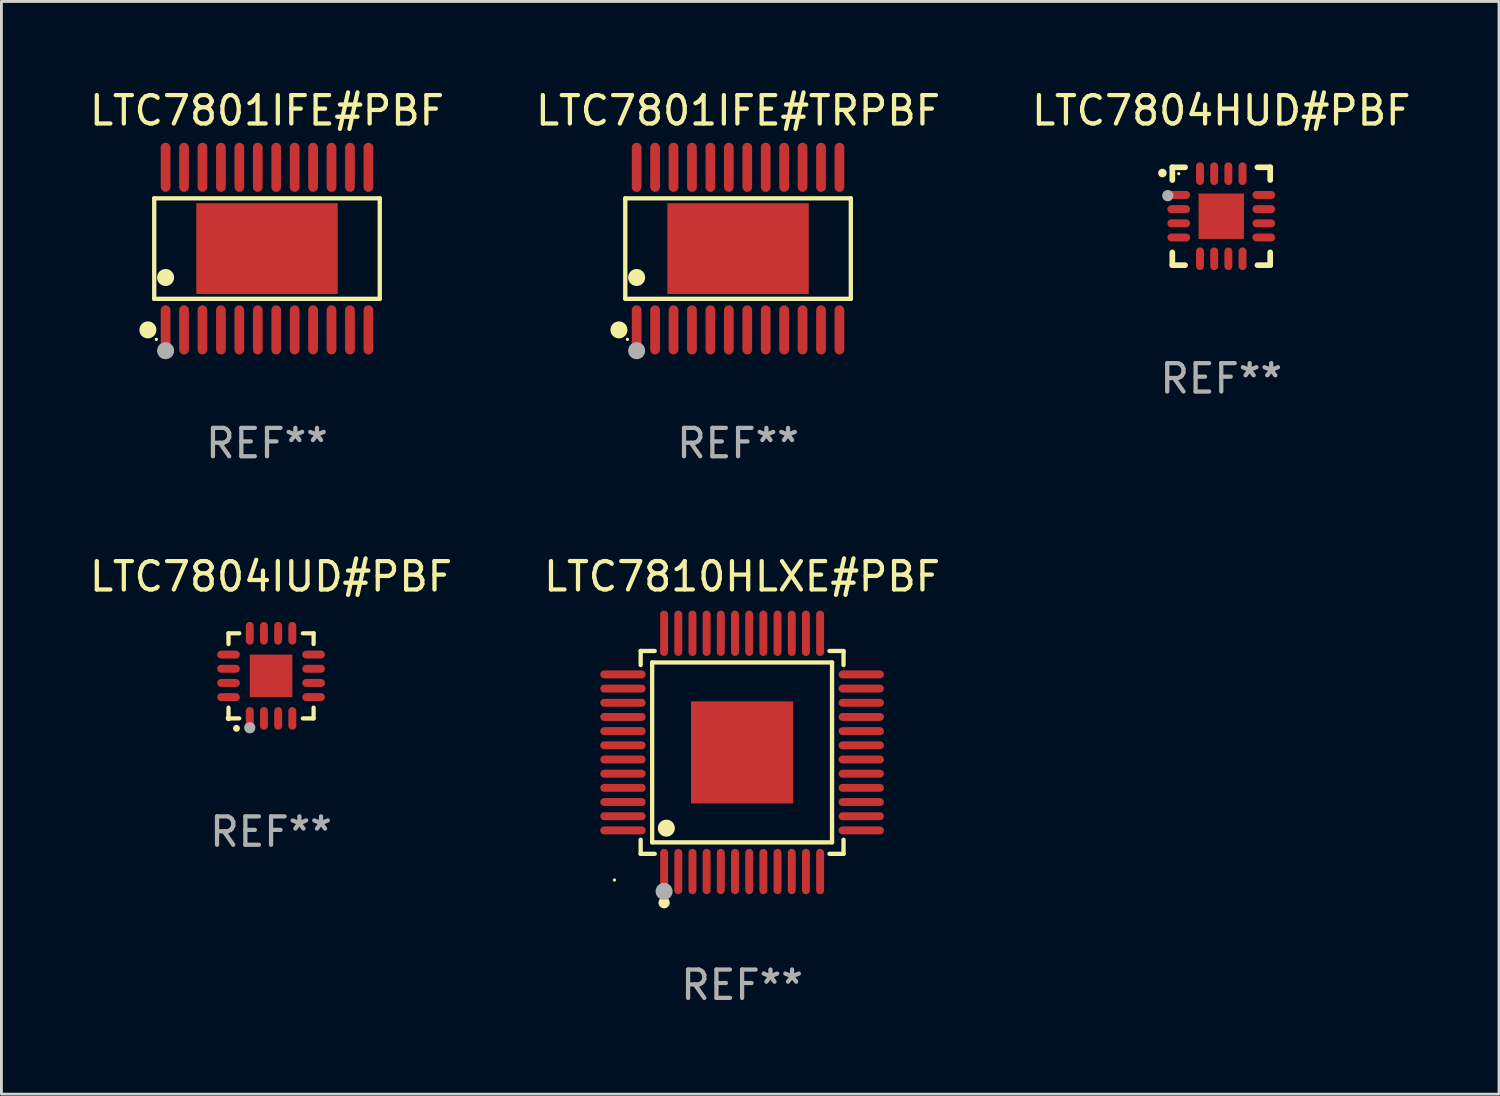
<source format=kicad_pcb>
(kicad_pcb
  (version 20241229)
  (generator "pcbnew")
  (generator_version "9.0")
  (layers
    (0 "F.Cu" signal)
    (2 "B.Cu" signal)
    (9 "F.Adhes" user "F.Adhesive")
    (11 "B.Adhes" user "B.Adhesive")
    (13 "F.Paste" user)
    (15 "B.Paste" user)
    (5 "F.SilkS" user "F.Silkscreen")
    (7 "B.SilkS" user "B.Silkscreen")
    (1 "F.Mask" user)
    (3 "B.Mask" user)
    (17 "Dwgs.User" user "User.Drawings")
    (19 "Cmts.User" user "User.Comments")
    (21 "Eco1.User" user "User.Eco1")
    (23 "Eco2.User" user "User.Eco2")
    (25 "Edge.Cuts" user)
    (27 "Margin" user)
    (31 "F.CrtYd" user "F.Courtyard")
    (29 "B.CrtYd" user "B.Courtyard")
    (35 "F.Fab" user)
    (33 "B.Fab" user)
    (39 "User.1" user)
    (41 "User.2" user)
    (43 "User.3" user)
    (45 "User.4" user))
  (footprint "LTC7801IFE#PBF"
    (layer "F.Cu")
    (at 6.363 5.714)
    (property "Reference" "LTC7801IFE#PBF" (at 0 -4.866 0) (layer "F.SilkS") (effects (font (size 1 1) (thickness 0.15))))
    (attr through_hole)
    (fp_line (start -3.976 -1.772) (end 3.976 -1.772) (stroke (width 0.152) (type solid)) (layer "F.SilkS"))
    (fp_line (start -3.976 1.771) (end -3.976 -1.772) (stroke (width 0.152) (type solid)) (layer "F.SilkS"))
    (fp_line (start 3.976 -1.772) (end 3.976 1.771) (stroke (width 0.152) (type solid)) (layer "F.SilkS"))
    (fp_line (start 3.976 1.771) (end -3.976 1.771) (stroke (width 0.152) (type solid)) (layer "F.SilkS"))
    (fp_circle (center -4.199 2.866) (end -4.049 2.866) (stroke (width 0.3) (type solid)) (fill no) (layer "F.SilkS"))
    (fp_circle (center -3.9 3.2) (end -3.87 3.2) (stroke (width 0.06) (type solid)) (fill no) (layer "F.SilkS"))
    (fp_circle (center -3.575 1.019) (end -3.425 1.019) (stroke (width 0.3) (type solid)) (fill no) (layer "F.SilkS"))
    (fp_circle (center -3.575 3.6) (end -3.425 3.6) (stroke (width 0.3) (type solid)) (fill no) (layer "F.Fab"))
    (fp_text user "REF**" (at 0 6.866 0) (layer "F.Fab") (effects (font (size 1 1) (thickness 0.15))))
    (pad "1" smd oval (at -3.575 2.866) (size 0.343 1.731) (layers "F.Cu" "F.Mask" "F.Paste"))
    (pad "2" smd oval (at -2.925 2.866) (size 0.343 1.731) (layers "F.Cu" "F.Mask" "F.Paste"))
    (pad "3" smd oval (at -2.275 2.866) (size 0.343 1.731) (layers "F.Cu" "F.Mask" "F.Paste"))
    (pad "4" smd oval (at -1.625 2.866) (size 0.343 1.731) (layers "F.Cu" "F.Mask" "F.Paste"))
    (pad "5" smd oval (at -0.975 2.866) (size 0.343 1.731) (layers "F.Cu" "F.Mask" "F.Paste"))
    (pad "6" smd oval (at -0.325 2.866) (size 0.343 1.731) (layers "F.Cu" "F.Mask" "F.Paste"))
    (pad "7" smd oval (at 0.325 2.866) (size 0.343 1.731) (layers "F.Cu" "F.Mask" "F.Paste"))
    (pad "8" smd oval (at 0.975 2.866) (size 0.343 1.731) (layers "F.Cu" "F.Mask" "F.Paste"))
    (pad "9" smd oval (at 1.625 2.866) (size 0.343 1.731) (layers "F.Cu" "F.Mask" "F.Paste"))
    (pad "10" smd oval (at 2.275 2.866) (size 0.343 1.731) (layers "F.Cu" "F.Mask" "F.Paste"))
    (pad "11" smd oval (at 2.925 2.866) (size 0.343 1.731) (layers "F.Cu" "F.Mask" "F.Paste"))
    (pad "12" smd oval (at 3.575 2.866) (size 0.343 1.731) (layers "F.Cu" "F.Mask" "F.Paste"))
    (pad "13" smd oval (at 3.575 -2.866) (size 0.343 1.731) (layers "F.Cu" "F.Mask" "F.Paste"))
    (pad "14" smd oval (at 2.925 -2.866) (size 0.343 1.731) (layers "F.Cu" "F.Mask" "F.Paste"))
    (pad "15" smd oval (at 2.275 -2.866) (size 0.343 1.731) (layers "F.Cu" "F.Mask" "F.Paste"))
    (pad "16" smd oval (at 1.625 -2.866) (size 0.343 1.731) (layers "F.Cu" "F.Mask" "F.Paste"))
    (pad "17" smd oval (at 0.975 -2.866) (size 0.343 1.731) (layers "F.Cu" "F.Mask" "F.Paste"))
    (pad "18" smd oval (at 0.325 -2.866) (size 0.343 1.731) (layers "F.Cu" "F.Mask" "F.Paste"))
    (pad "19" smd oval (at -0.325 -2.866) (size 0.343 1.731) (layers "F.Cu" "F.Mask" "F.Paste"))
    (pad "20" smd oval (at -0.975 -2.866) (size 0.343 1.731) (layers "F.Cu" "F.Mask" "F.Paste"))
    (pad "21" smd oval (at -1.625 -2.866) (size 0.343 1.731) (layers "F.Cu" "F.Mask" "F.Paste"))
    (pad "22" smd oval (at -2.275 -2.866) (size 0.343 1.731) (layers "F.Cu" "F.Mask" "F.Paste"))
    (pad "23" smd oval (at -2.925 -2.866) (size 0.343 1.731) (layers "F.Cu" "F.Mask" "F.Paste"))
    (pad "24" smd oval (at -3.575 -2.866) (size 0.343 1.731) (layers "F.Cu" "F.Mask" "F.Paste"))
    (pad "25" smd rect (at 0 -0.000127) (size 4.985 3.2) (layers "F.Cu" "F.Mask" "F.Paste")))
  (footprint "LTC7804HUD#PBF"
    (layer "F.Cu")
    (at 40.006 4.573)
    (property "Reference" "LTC7804HUD#PBF" (at 0 -3.725 0) (layer "F.SilkS") (effects (font (size 1 1) (thickness 0.15))))
    (attr through_hole)
    (fp_line (start -1.725 -1.725) (end -1.275 -1.725) (stroke (width 0.2) (type solid)) (layer "F.SilkS"))
    (fp_line (start -1.725 -1.275) (end -1.725 -1.725) (stroke (width 0.2) (type solid)) (layer "F.SilkS"))
    (fp_line (start -1.725 1.725) (end -1.725 1.275) (stroke (width 0.2) (type solid)) (layer "F.SilkS"))
    (fp_line (start -1.275 1.725) (end -1.725 1.725) (stroke (width 0.2) (type solid)) (layer "F.SilkS"))
    (fp_line (start 1.275 -1.725) (end 1.725 -1.725) (stroke (width 0.2) (type solid)) (layer "F.SilkS"))
    (fp_line (start 1.275 1.725) (end 1.725 1.725) (stroke (width 0.2) (type solid)) (layer "F.SilkS"))
    (fp_line (start 1.725 -1.725) (end 1.725 -1.275) (stroke (width 0.2) (type solid)) (layer "F.SilkS"))
    (fp_line (start 1.725 1.725) (end 1.725 1.275) (stroke (width 0.2) (type solid)) (layer "F.SilkS"))
    (fp_arc (start -2.075184 -1.521463) (mid -2.075189 -1.522733) (end -2.075184 -1.524003) (stroke (width 0.3) (type solid)) (layer "F.SilkS"))
    (fp_circle (center -1.499 -1.5) (end -1.469 -1.5) (stroke (width 0.06) (type solid)) (fill no) (layer "F.SilkS"))
    (fp_circle (center -1.885 -0.725) (end -1.785 -0.725) (stroke (width 0.2) (type solid)) (fill no) (layer "F.Fab"))
    (fp_text user "REF**" (at 0 5.725 0) (layer "F.Fab") (effects (font (size 1 1) (thickness 0.15))))
    (pad "1" smd oval (at -1.5 -0.75 90) (size 0.28 0.8) (layers "F.Cu" "F.Mask" "F.Paste"))
    (pad "2" smd oval (at -1.5 -0.25 90) (size 0.28 0.8) (layers "F.Cu" "F.Mask" "F.Paste"))
    (pad "3" smd oval (at -1.5 0.25 90) (size 0.28 0.8) (layers "F.Cu" "F.Mask" "F.Paste"))
    (pad "4" smd oval (at -1.5 0.75 90) (size 0.28 0.8) (layers "F.Cu" "F.Mask" "F.Paste"))
    (pad "5" smd oval (at -0.75 1.5) (size 0.28 0.8) (layers "F.Cu" "F.Mask" "F.Paste"))
    (pad "6" smd oval (at -0.25 1.5) (size 0.28 0.8) (layers "F.Cu" "F.Mask" "F.Paste"))
    (pad "7" smd oval (at 0.25 1.5) (size 0.28 0.8) (layers "F.Cu" "F.Mask" "F.Paste"))
    (pad "8" smd oval (at 0.75 1.5) (size 0.28 0.8) (layers "F.Cu" "F.Mask" "F.Paste"))
    (pad "9" smd oval (at 1.5 0.75 90) (size 0.28 0.8) (layers "F.Cu" "F.Mask" "F.Paste"))
    (pad "10" smd oval (at 1.5 0.25 90) (size 0.28 0.8) (layers "F.Cu" "F.Mask" "F.Paste"))
    (pad "11" smd oval (at 1.5 -0.25 90) (size 0.28 0.8) (layers "F.Cu" "F.Mask" "F.Paste"))
    (pad "12" smd oval (at 1.5 -0.75 90) (size 0.28 0.8) (layers "F.Cu" "F.Mask" "F.Paste"))
    (pad "13" smd oval (at 0.75 -1.5) (size 0.28 0.8) (layers "F.Cu" "F.Mask" "F.Paste"))
    (pad "14" smd oval (at 0.25 -1.5) (size 0.28 0.8) (layers "F.Cu" "F.Mask" "F.Paste"))
    (pad "15" smd oval (at -0.25 -1.5) (size 0.28 0.8) (layers "F.Cu" "F.Mask" "F.Paste"))
    (pad "16" smd oval (at -0.75 -1.5) (size 0.28 0.8) (layers "F.Cu" "F.Mask" "F.Paste"))
    (pad "17" smd rect (at 0 -0.000051) (size 1.6 1.6) (layers "F.Cu" "F.Mask" "F.Paste")))
  (footprint "LTC7804IUD#PBF"
    (layer "F.Cu")
    (at 6.506 20.777)
    (property "Reference" "LTC7804IUD#PBF" (at 0 -3.5 0) (layer "F.SilkS") (effects (font (size 1 1) (thickness 0.15))))
    (attr through_hole)
    (fp_line (start -1.5 -1.5) (end -1.121 -1.5) (stroke (width 0.15) (type solid)) (layer "F.SilkS"))
    (fp_line (start -1.5 -1.122) (end -1.5 -1.5) (stroke (width 0.15) (type solid)) (layer "F.SilkS"))
    (fp_line (start -1.5 1.5) (end -1.5 1.121) (stroke (width 0.15) (type solid)) (layer "F.SilkS"))
    (fp_line (start -1.121 1.5) (end -1.5 1.5) (stroke (width 0.15) (type solid)) (layer "F.SilkS"))
    (fp_line (start 1.121 -1.5) (end 1.5 -1.5) (stroke (width 0.15) (type solid)) (layer "F.SilkS"))
    (fp_line (start 1.5 -1.5) (end 1.5 -1.122) (stroke (width 0.15) (type solid)) (layer "F.SilkS"))
    (fp_line (start 1.5 1.121) (end 1.5 1.5) (stroke (width 0.15) (type solid)) (layer "F.SilkS"))
    (fp_line (start 1.5 1.5) (end 1.121 1.5) (stroke (width 0.15) (type solid)) (layer "F.SilkS"))
    (fp_arc (start -1.219926 1.850254) (mid -1.21891 1.85025) (end -1.217894 1.850254) (stroke (width 0.240005) (type solid)) (layer "F.SilkS"))
    (fp_circle (center -1.5 1.5) (end -1.45 1.5) (stroke (width 0.1) (type solid)) (fill no) (layer "F.SilkS"))
    (fp_circle (center -0.75 1.83) (end -0.65 1.83) (stroke (width 0.2) (type solid)) (fill no) (layer "F.Fab"))
    (fp_text user "REF**" (at 0 5.5 0) (layer "F.Fab") (effects (font (size 1 1) (thickness 0.15))))
    (pad "1" smd oval (at -0.75 1.5) (size 0.28 0.8) (layers "F.Cu" "F.Mask" "F.Paste"))
    (pad "2" smd oval (at -0.25 1.5) (size 0.28 0.8) (layers "F.Cu" "F.Mask" "F.Paste"))
    (pad "3" smd oval (at 0.25 1.5) (size 0.28 0.8) (layers "F.Cu" "F.Mask" "F.Paste"))
    (pad "4" smd oval (at 0.75 1.5) (size 0.28 0.8) (layers "F.Cu" "F.Mask" "F.Paste"))
    (pad "5" smd oval (at 1.5 0.75) (size 0.8 0.28) (layers "F.Cu" "F.Mask" "F.Paste"))
    (pad "6" smd oval (at 1.5 0.25) (size 0.8 0.28) (layers "F.Cu" "F.Mask" "F.Paste"))
    (pad "7" smd oval (at 1.5 -0.25) (size 0.8 0.28) (layers "F.Cu" "F.Mask" "F.Paste"))
    (pad "8" smd oval (at 1.5 -0.75) (size 0.8 0.28) (layers "F.Cu" "F.Mask" "F.Paste"))
    (pad "9" smd oval (at 0.75 -1.5) (size 0.28 0.8) (layers "F.Cu" "F.Mask" "F.Paste"))
    (pad "10" smd oval (at 0.25 -1.5) (size 0.28 0.8) (layers "F.Cu" "F.Mask" "F.Paste"))
    (pad "11" smd oval (at -0.25 -1.5) (size 0.28 0.8) (layers "F.Cu" "F.Mask" "F.Paste"))
    (pad "12" smd oval (at -0.75 -1.5) (size 0.28 0.8) (layers "F.Cu" "F.Mask" "F.Paste"))
    (pad "13" smd oval (at -1.5 -0.75) (size 0.8 0.28) (layers "F.Cu" "F.Mask" "F.Paste"))
    (pad "14" smd oval (at -1.5 -0.25) (size 0.8 0.28) (layers "F.Cu" "F.Mask" "F.Paste"))
    (pad "15" smd oval (at -1.5 0.25) (size 0.8 0.28) (layers "F.Cu" "F.Mask" "F.Paste"))
    (pad "16" smd oval (at -1.5 0.75) (size 0.8 0.28) (layers "F.Cu" "F.Mask" "F.Paste"))
    (pad "17" smd rect (at -0.000064 0.000165) (size 1.5 1.5) (layers "F.Cu" "F.Mask" "F.Paste")))
  (footprint "LTC7801IFE#TRPBF"
    (layer "F.Cu")
    (at 22.97 5.714)
    (property "Reference" "LTC7801IFE#TRPBF" (at 0 -4.866 0) (layer "F.SilkS") (effects (font (size 1 1) (thickness 0.15))))
    (attr through_hole)
    (fp_line (start -3.976 -1.772) (end 3.976 -1.772) (stroke (width 0.152) (type solid)) (layer "F.SilkS"))
    (fp_line (start -3.976 1.771) (end -3.976 -1.772) (stroke (width 0.152) (type solid)) (layer "F.SilkS"))
    (fp_line (start 3.976 -1.772) (end 3.976 1.771) (stroke (width 0.152) (type solid)) (layer "F.SilkS"))
    (fp_line (start 3.976 1.771) (end -3.976 1.771) (stroke (width 0.152) (type solid)) (layer "F.SilkS"))
    (fp_circle (center -4.199 2.866) (end -4.049 2.866) (stroke (width 0.3) (type solid)) (fill no) (layer "F.SilkS"))
    (fp_circle (center -3.9 3.2) (end -3.87 3.2) (stroke (width 0.06) (type solid)) (fill no) (layer "F.SilkS"))
    (fp_circle (center -3.575 1.019) (end -3.425 1.019) (stroke (width 0.3) (type solid)) (fill no) (layer "F.SilkS"))
    (fp_circle (center -3.575 3.6) (end -3.425 3.6) (stroke (width 0.3) (type solid)) (fill no) (layer "F.Fab"))
    (fp_text user "REF**" (at 0 6.866 0) (layer "F.Fab") (effects (font (size 1 1) (thickness 0.15))))
    (pad "1" smd oval (at -3.575 2.866) (size 0.343 1.731) (layers "F.Cu" "F.Mask" "F.Paste"))
    (pad "2" smd oval (at -2.925 2.866) (size 0.343 1.731) (layers "F.Cu" "F.Mask" "F.Paste"))
    (pad "3" smd oval (at -2.275 2.866) (size 0.343 1.731) (layers "F.Cu" "F.Mask" "F.Paste"))
    (pad "4" smd oval (at -1.625 2.866) (size 0.343 1.731) (layers "F.Cu" "F.Mask" "F.Paste"))
    (pad "5" smd oval (at -0.975 2.866) (size 0.343 1.731) (layers "F.Cu" "F.Mask" "F.Paste"))
    (pad "6" smd oval (at -0.325 2.866) (size 0.343 1.731) (layers "F.Cu" "F.Mask" "F.Paste"))
    (pad "7" smd oval (at 0.325 2.866) (size 0.343 1.731) (layers "F.Cu" "F.Mask" "F.Paste"))
    (pad "8" smd oval (at 0.975 2.866) (size 0.343 1.731) (layers "F.Cu" "F.Mask" "F.Paste"))
    (pad "9" smd oval (at 1.625 2.866) (size 0.343 1.731) (layers "F.Cu" "F.Mask" "F.Paste"))
    (pad "10" smd oval (at 2.275 2.866) (size 0.343 1.731) (layers "F.Cu" "F.Mask" "F.Paste"))
    (pad "11" smd oval (at 2.925 2.866) (size 0.343 1.731) (layers "F.Cu" "F.Mask" "F.Paste"))
    (pad "12" smd oval (at 3.575 2.866) (size 0.343 1.731) (layers "F.Cu" "F.Mask" "F.Paste"))
    (pad "13" smd oval (at 3.575 -2.866) (size 0.343 1.731) (layers "F.Cu" "F.Mask" "F.Paste"))
    (pad "14" smd oval (at 2.925 -2.866) (size 0.343 1.731) (layers "F.Cu" "F.Mask" "F.Paste"))
    (pad "15" smd oval (at 2.275 -2.866) (size 0.343 1.731) (layers "F.Cu" "F.Mask" "F.Paste"))
    (pad "16" smd oval (at 1.625 -2.866) (size 0.343 1.731) (layers "F.Cu" "F.Mask" "F.Paste"))
    (pad "17" smd oval (at 0.975 -2.866) (size 0.343 1.731) (layers "F.Cu" "F.Mask" "F.Paste"))
    (pad "18" smd oval (at 0.325 -2.866) (size 0.343 1.731) (layers "F.Cu" "F.Mask" "F.Paste"))
    (pad "19" smd oval (at -0.325 -2.866) (size 0.343 1.731) (layers "F.Cu" "F.Mask" "F.Paste"))
    (pad "20" smd oval (at -0.975 -2.866) (size 0.343 1.731) (layers "F.Cu" "F.Mask" "F.Paste"))
    (pad "21" smd oval (at -1.625 -2.866) (size 0.343 1.731) (layers "F.Cu" "F.Mask" "F.Paste"))
    (pad "22" smd oval (at -2.275 -2.866) (size 0.343 1.731) (layers "F.Cu" "F.Mask" "F.Paste"))
    (pad "23" smd oval (at -2.925 -2.866) (size 0.343 1.731) (layers "F.Cu" "F.Mask" "F.Paste"))
    (pad "24" smd oval (at -3.575 -2.866) (size 0.343 1.731) (layers "F.Cu" "F.Mask" "F.Paste"))
    (pad "25" smd rect (at 0 -0.000127) (size 4.985 3.2) (layers "F.Cu" "F.Mask" "F.Paste")))
  (footprint "LTC7810HLXE#PBF"
    (layer "F.Cu")
    (at 23.113 23.476)
    (property "Reference" "LTC7810HLXE#PBF" (at 0 -6.2 0) (layer "F.SilkS") (effects (font (size 1 1) (thickness 0.15))))
    (attr through_hole)
    (fp_line (start -3.576 -3.576) (end -3.08 -3.576) (stroke (width 0.152) (type solid)) (layer "F.SilkS"))
    (fp_line (start -3.576 -3.08) (end -3.576 -3.576) (stroke (width 0.152) (type solid)) (layer "F.SilkS"))
    (fp_line (start -3.576 3.08) (end -3.576 3.576) (stroke (width 0.152) (type solid)) (layer "F.SilkS"))
    (fp_line (start -3.576 3.576) (end -3.08 3.576) (stroke (width 0.152) (type solid)) (layer "F.SilkS"))
    (fp_line (start -3.171 -3.171) (end 3.171 -3.171) (stroke (width 0.152) (type solid)) (layer "F.SilkS"))
    (fp_line (start -3.171 3.171) (end -3.171 -3.171) (stroke (width 0.152) (type solid)) (layer "F.SilkS"))
    (fp_line (start 3.171 -3.171) (end 3.171 3.171) (stroke (width 0.152) (type solid)) (layer "F.SilkS"))
    (fp_line (start 3.171 3.171) (end -3.171 3.171) (stroke (width 0.152) (type solid)) (layer "F.SilkS"))
    (fp_line (start 3.576 -3.576) (end 3.08 -3.576) (stroke (width 0.152) (type solid)) (layer "F.SilkS"))
    (fp_line (start 3.576 -3.08) (end 3.576 -3.576) (stroke (width 0.152) (type solid)) (layer "F.SilkS"))
    (fp_line (start 3.576 3.08) (end 3.576 3.576) (stroke (width 0.152) (type solid)) (layer "F.SilkS"))
    (fp_line (start 3.576 3.576) (end 3.08 3.576) (stroke (width 0.152) (type solid)) (layer "F.SilkS"))
    (fp_circle (center -4.5 4.5) (end -4.47 4.5) (stroke (width 0.06) (type solid)) (fill no) (layer "F.SilkS"))
    (fp_circle (center -2.75 5.3) (end -2.65 5.3) (stroke (width 0.2) (type solid)) (fill no) (layer "F.SilkS"))
    (fp_circle (center -2.671 2.671) (end -2.521 2.671) (stroke (width 0.3) (type solid)) (fill no) (layer "F.SilkS"))
    (fp_circle (center -2.75 4.9) (end -2.6 4.9) (stroke (width 0.3) (type solid)) (fill no) (layer "F.Fab"))
    (fp_text user "REF**" (at 0 8.2 0) (layer "F.Fab") (effects (font (size 1 1) (thickness 0.15))))
    (pad "1" smd oval (at -2.75 4.2) (size 0.28 1.6) (layers "F.Cu" "F.Mask" "F.Paste"))
    (pad "2" smd oval (at -2.25 4.2) (size 0.28 1.6) (layers "F.Cu" "F.Mask" "F.Paste"))
    (pad "3" smd oval (at -1.75 4.2) (size 0.28 1.6) (layers "F.Cu" "F.Mask" "F.Paste"))
    (pad "4" smd oval (at -1.25 4.2) (size 0.28 1.6) (layers "F.Cu" "F.Mask" "F.Paste"))
    (pad "5" smd oval (at -0.75 4.2) (size 0.28 1.6) (layers "F.Cu" "F.Mask" "F.Paste"))
    (pad "6" smd oval (at -0.25 4.2) (size 0.28 1.6) (layers "F.Cu" "F.Mask" "F.Paste"))
    (pad "7" smd oval (at 0.25 4.2) (size 0.28 1.6) (layers "F.Cu" "F.Mask" "F.Paste"))
    (pad "8" smd oval (at 0.75 4.2) (size 0.28 1.6) (layers "F.Cu" "F.Mask" "F.Paste"))
    (pad "9" smd oval (at 1.25 4.2) (size 0.28 1.6) (layers "F.Cu" "F.Mask" "F.Paste"))
    (pad "10" smd oval (at 1.75 4.2) (size 0.28 1.6) (layers "F.Cu" "F.Mask" "F.Paste"))
    (pad "11" smd oval (at 2.25 4.2) (size 0.28 1.6) (layers "F.Cu" "F.Mask" "F.Paste"))
    (pad "12" smd oval (at 2.75 4.2) (size 0.28 1.6) (layers "F.Cu" "F.Mask" "F.Paste"))
    (pad "13" smd oval (at 4.2 2.75) (size 1.6 0.28) (layers "F.Cu" "F.Mask" "F.Paste"))
    (pad "14" smd oval (at 4.2 2.25) (size 1.6 0.28) (layers "F.Cu" "F.Mask" "F.Paste"))
    (pad "15" smd oval (at 4.2 1.75) (size 1.6 0.28) (layers "F.Cu" "F.Mask" "F.Paste"))
    (pad "16" smd oval (at 4.2 1.25) (size 1.6 0.28) (layers "F.Cu" "F.Mask" "F.Paste"))
    (pad "17" smd oval (at 4.2 0.75) (size 1.6 0.28) (layers "F.Cu" "F.Mask" "F.Paste"))
    (pad "18" smd oval (at 4.2 0.25) (size 1.6 0.28) (layers "F.Cu" "F.Mask" "F.Paste"))
    (pad "19" smd oval (at 4.2 -0.25) (size 1.6 0.28) (layers "F.Cu" "F.Mask" "F.Paste"))
    (pad "20" smd oval (at 4.2 -0.75) (size 1.6 0.28) (layers "F.Cu" "F.Mask" "F.Paste"))
    (pad "21" smd oval (at 4.2 -1.25) (size 1.6 0.28) (layers "F.Cu" "F.Mask" "F.Paste"))
    (pad "22" smd oval (at 4.2 -1.75) (size 1.6 0.28) (layers "F.Cu" "F.Mask" "F.Paste"))
    (pad "23" smd oval (at 4.2 -2.25) (size 1.6 0.28) (layers "F.Cu" "F.Mask" "F.Paste"))
    (pad "24" smd oval (at 4.2 -2.75) (size 1.6 0.28) (layers "F.Cu" "F.Mask" "F.Paste"))
    (pad "25" smd oval (at 2.75 -4.2) (size 0.28 1.6) (layers "F.Cu" "F.Mask" "F.Paste"))
    (pad "26" smd oval (at 2.25 -4.2) (size 0.28 1.6) (layers "F.Cu" "F.Mask" "F.Paste"))
    (pad "27" smd oval (at 1.75 -4.2) (size 0.28 1.6) (layers "F.Cu" "F.Mask" "F.Paste"))
    (pad "28" smd oval (at 1.25 -4.2) (size 0.28 1.6) (layers "F.Cu" "F.Mask" "F.Paste"))
    (pad "29" smd oval (at 0.75 -4.2) (size 0.28 1.6) (layers "F.Cu" "F.Mask" "F.Paste"))
    (pad "30" smd oval (at 0.25 -4.2) (size 0.28 1.6) (layers "F.Cu" "F.Mask" "F.Paste"))
    (pad "31" smd oval (at -0.25 -4.2) (size 0.28 1.6) (layers "F.Cu" "F.Mask" "F.Paste"))
    (pad "32" smd oval (at -0.75 -4.2) (size 0.28 1.6) (layers "F.Cu" "F.Mask" "F.Paste"))
    (pad "33" smd oval (at -1.25 -4.2) (size 0.28 1.6) (layers "F.Cu" "F.Mask" "F.Paste"))
    (pad "34" smd oval (at -1.75 -4.2) (size 0.28 1.6) (layers "F.Cu" "F.Mask" "F.Paste"))
    (pad "35" smd oval (at -2.25 -4.2) (size 0.28 1.6) (layers "F.Cu" "F.Mask" "F.Paste"))
    (pad "36" smd oval (at -2.75 -4.2) (size 0.28 1.6) (layers "F.Cu" "F.Mask" "F.Paste"))
    (pad "37" smd oval (at -4.2 -2.75) (size 1.6 0.28) (layers "F.Cu" "F.Mask" "F.Paste"))
    (pad "38" smd oval (at -4.2 -2.25) (size 1.6 0.28) (layers "F.Cu" "F.Mask" "F.Paste"))
    (pad "39" smd oval (at -4.2 -1.75) (size 1.6 0.28) (layers "F.Cu" "F.Mask" "F.Paste"))
    (pad "40" smd oval (at -4.2 -1.25) (size 1.6 0.28) (layers "F.Cu" "F.Mask" "F.Paste"))
    (pad "41" smd oval (at -4.2 -0.75) (size 1.6 0.28) (layers "F.Cu" "F.Mask" "F.Paste"))
    (pad "42" smd oval (at -4.2 -0.25) (size 1.6 0.28) (layers "F.Cu" "F.Mask" "F.Paste"))
    (pad "43" smd oval (at -4.2 0.25) (size 1.6 0.28) (layers "F.Cu" "F.Mask" "F.Paste"))
    (pad "44" smd oval (at -4.2 0.75) (size 1.6 0.28) (layers "F.Cu" "F.Mask" "F.Paste"))
    (pad "45" smd oval (at -4.2 1.25) (size 1.6 0.28) (layers "F.Cu" "F.Mask" "F.Paste"))
    (pad "46" smd oval (at -4.2 1.75) (size 1.6 0.28) (layers "F.Cu" "F.Mask" "F.Paste"))
    (pad "47" smd oval (at -4.2 2.25) (size 1.6 0.28) (layers "F.Cu" "F.Mask" "F.Paste"))
    (pad "48" smd oval (at -4.2 2.75) (size 1.6 0.28) (layers "F.Cu" "F.Mask" "F.Paste"))
    (pad "49" smd rect (at 0 0) (size 3.6 3.6) (layers "F.Cu" "F.Mask" "F.Paste")))
  (gr_rect
    (start -3 -3)
    (end 49.798 35.524)
    (stroke (width 0.1) (type default))
    (fill no)
    (layer "Edge.Cuts")))
</source>
